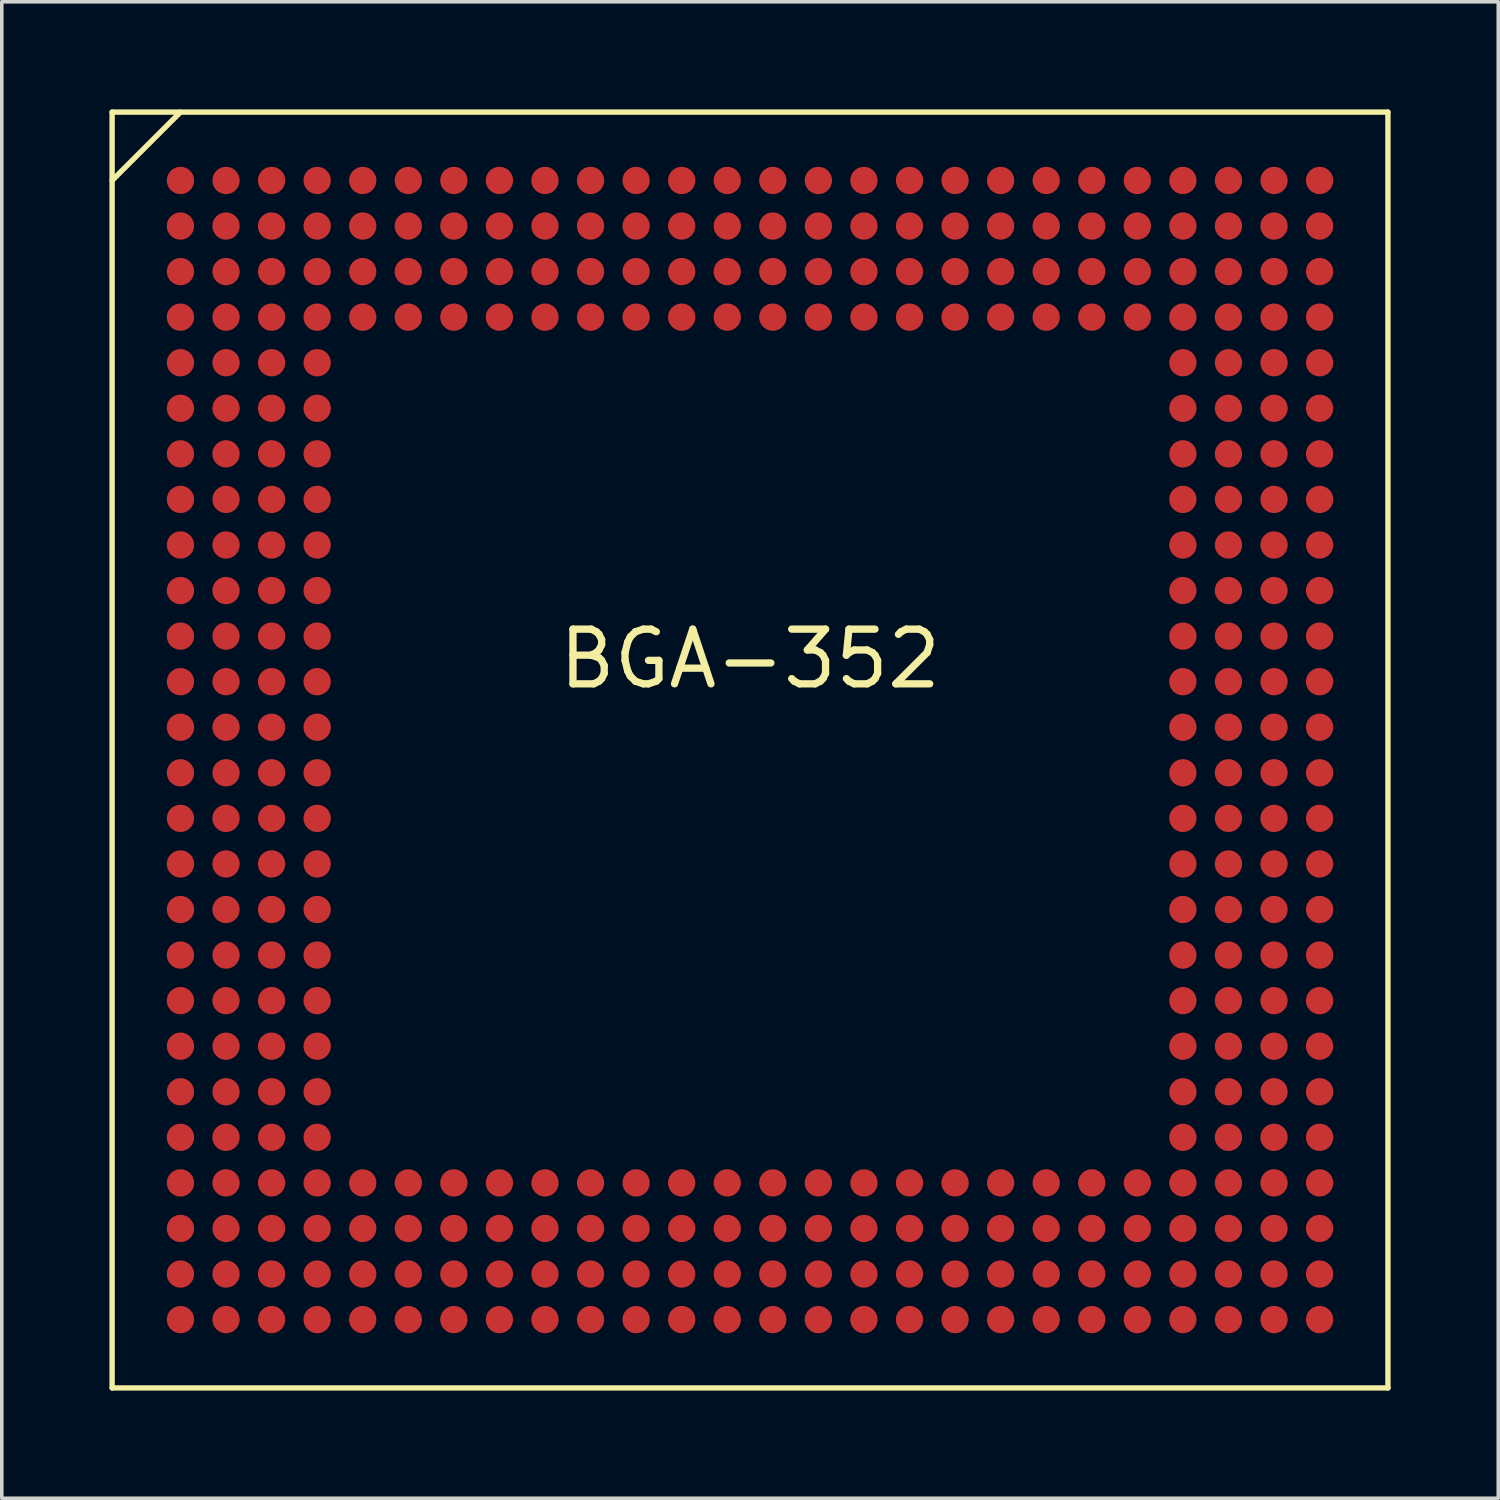
<source format=kicad_pcb>
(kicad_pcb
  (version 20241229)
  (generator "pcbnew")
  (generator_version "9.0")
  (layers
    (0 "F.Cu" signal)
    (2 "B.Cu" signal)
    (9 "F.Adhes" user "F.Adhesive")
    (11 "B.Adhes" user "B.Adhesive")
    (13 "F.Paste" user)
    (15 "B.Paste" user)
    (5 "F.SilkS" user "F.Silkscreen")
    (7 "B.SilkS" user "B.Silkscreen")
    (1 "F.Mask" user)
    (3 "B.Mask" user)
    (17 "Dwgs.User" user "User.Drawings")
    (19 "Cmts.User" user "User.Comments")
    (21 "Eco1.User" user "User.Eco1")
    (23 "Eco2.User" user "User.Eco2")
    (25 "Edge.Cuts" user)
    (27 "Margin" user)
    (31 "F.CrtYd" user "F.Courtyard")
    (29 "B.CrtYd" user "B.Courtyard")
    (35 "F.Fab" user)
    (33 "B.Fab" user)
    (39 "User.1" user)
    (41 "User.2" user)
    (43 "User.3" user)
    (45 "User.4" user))
  (footprint "BGA-352"
    (layer "F.Cu")
    (at 17.855 17.855)
    (property "Reference" "BGA-352" (at 0 -2.54 0) (layer "F.SilkS") (effects (font (size 1.524 1.524) (thickness 0.203))))
    (attr smd)
    (fp_line (start -17.78 -17.78) (end 17.78 -17.78) (stroke (width 0.15) (type solid)) (layer "F.SilkS"))
    (fp_line (start -17.78 -15.875) (end -15.875 -17.78) (stroke (width 0.15) (type solid)) (layer "F.SilkS"))
    (fp_line (start -17.78 17.78) (end -17.78 -17.78) (stroke (width 0.15) (type solid)) (layer "F.SilkS"))
    (fp_line (start 17.78 -17.78) (end 17.78 17.78) (stroke (width 0.15) (type solid)) (layer "F.SilkS"))
    (fp_line (start 17.78 17.78) (end -17.78 17.78) (stroke (width 0.15) (type solid)) (layer "F.SilkS"))
    (pad "A1" smd circle (at -15.875 -15.875) (size 0.762 0.762) (layers "F.Cu" "F.Mask" "F.Paste"))
    (pad "A2" smd circle (at -14.605 -15.875) (size 0.762 0.762) (layers "F.Cu" "F.Mask" "F.Paste"))
    (pad "A3" smd circle (at -13.335 -15.875) (size 0.762 0.762) (layers "F.Cu" "F.Mask" "F.Paste"))
    (pad "A4" smd circle (at -12.065 -15.875) (size 0.762 0.762) (layers "F.Cu" "F.Mask" "F.Paste"))
    (pad "A5" smd circle (at -10.795 -15.875) (size 0.762 0.762) (layers "F.Cu" "F.Mask" "F.Paste"))
    (pad "A6" smd circle (at -9.525 -15.875) (size 0.762 0.762) (layers "F.Cu" "F.Mask" "F.Paste"))
    (pad "A7" smd circle (at -8.255 -15.875) (size 0.762 0.762) (layers "F.Cu" "F.Mask" "F.Paste"))
    (pad "A8" smd circle (at -6.985 -15.875) (size 0.762 0.762) (layers "F.Cu" "F.Mask" "F.Paste"))
    (pad "A9" smd circle (at -5.715 -15.875) (size 0.762 0.762) (layers "F.Cu" "F.Mask" "F.Paste"))
    (pad "A10" smd circle (at -4.445 -15.875) (size 0.762 0.762) (layers "F.Cu" "F.Mask" "F.Paste"))
    (pad "A11" smd circle (at -3.175 -15.875) (size 0.762 0.762) (layers "F.Cu" "F.Mask" "F.Paste"))
    (pad "A12" smd circle (at -1.905 -15.875) (size 0.762 0.762) (layers "F.Cu" "F.Mask" "F.Paste"))
    (pad "A13" smd circle (at -0.635 -15.875) (size 0.762 0.762) (layers "F.Cu" "F.Mask" "F.Paste"))
    (pad "A14" smd circle (at 0.635 -15.875) (size 0.762 0.762) (layers "F.Cu" "F.Mask" "F.Paste"))
    (pad "A15" smd circle (at 1.905 -15.875) (size 0.762 0.762) (layers "F.Cu" "F.Mask" "F.Paste"))
    (pad "A16" smd circle (at 3.175 -15.875) (size 0.762 0.762) (layers "F.Cu" "F.Mask" "F.Paste"))
    (pad "A17" smd circle (at 4.445 -15.875) (size 0.762 0.762) (layers "F.Cu" "F.Mask" "F.Paste"))
    (pad "A18" smd circle (at 5.715 -15.875) (size 0.762 0.762) (layers "F.Cu" "F.Mask" "F.Paste"))
    (pad "A19" smd circle (at 6.985 -15.875) (size 0.762 0.762) (layers "F.Cu" "F.Mask" "F.Paste"))
    (pad "A20" smd circle (at 8.255 -15.875) (size 0.762 0.762) (layers "F.Cu" "F.Mask" "F.Paste"))
    (pad "A21" smd circle (at 9.525 -15.875) (size 0.762 0.762) (layers "F.Cu" "F.Mask" "F.Paste"))
    (pad "A22" smd circle (at 10.795 -15.875) (size 0.762 0.762) (layers "F.Cu" "F.Mask" "F.Paste"))
    (pad "A23" smd circle (at 12.065 -15.875) (size 0.762 0.762) (layers "F.Cu" "F.Mask" "F.Paste"))
    (pad "A24" smd circle (at 13.335 -15.875) (size 0.762 0.762) (layers "F.Cu" "F.Mask" "F.Paste"))
    (pad "A25" smd circle (at 14.605 -15.875) (size 0.762 0.762) (layers "F.Cu" "F.Mask" "F.Paste"))
    (pad "A26" smd circle (at 15.875 -15.875) (size 0.762 0.762) (layers "F.Cu" "F.Mask" "F.Paste"))
    (pad "AA1" smd circle (at -15.875 9.525) (size 0.762 0.762) (layers "F.Cu" "F.Mask" "F.Paste"))
    (pad "AA2" smd circle (at -14.605 9.525) (size 0.762 0.762) (layers "F.Cu" "F.Mask" "F.Paste"))
    (pad "AA3" smd circle (at -13.335 9.525) (size 0.762 0.762) (layers "F.Cu" "F.Mask" "F.Paste"))
    (pad "AA4" smd circle (at -12.065 9.525) (size 0.762 0.762) (layers "F.Cu" "F.Mask" "F.Paste"))
    (pad "AA23" smd circle (at 12.065 9.525) (size 0.762 0.762) (layers "F.Cu" "F.Mask" "F.Paste"))
    (pad "AA24" smd circle (at 13.335 9.525) (size 0.762 0.762) (layers "F.Cu" "F.Mask" "F.Paste"))
    (pad "AA25" smd circle (at 14.605 9.525) (size 0.762 0.762) (layers "F.Cu" "F.Mask" "F.Paste"))
    (pad "AA26" smd circle (at 15.875 9.525) (size 0.762 0.762) (layers "F.Cu" "F.Mask" "F.Paste"))
    (pad "AB1" smd circle (at -15.875 10.795) (size 0.762 0.762) (layers "F.Cu" "F.Mask" "F.Paste"))
    (pad "AB2" smd circle (at -14.605 10.795) (size 0.762 0.762) (layers "F.Cu" "F.Mask" "F.Paste"))
    (pad "AB3" smd circle (at -13.335 10.795) (size 0.762 0.762) (layers "F.Cu" "F.Mask" "F.Paste"))
    (pad "AB4" smd circle (at -12.065 10.795) (size 0.762 0.762) (layers "F.Cu" "F.Mask" "F.Paste"))
    (pad "AB23" smd circle (at 12.065 10.795) (size 0.762 0.762) (layers "F.Cu" "F.Mask" "F.Paste"))
    (pad "AB24" smd circle (at 13.335 10.795) (size 0.762 0.762) (layers "F.Cu" "F.Mask" "F.Paste"))
    (pad "AB25" smd circle (at 14.605 10.795) (size 0.762 0.762) (layers "F.Cu" "F.Mask" "F.Paste"))
    (pad "AB26" smd circle (at 15.875 10.795) (size 0.762 0.762) (layers "F.Cu" "F.Mask" "F.Paste"))
    (pad "AC1" smd circle (at -15.875 12.065) (size 0.762 0.762) (layers "F.Cu" "F.Mask" "F.Paste"))
    (pad "AC2" smd circle (at -14.605 12.065) (size 0.762 0.762) (layers "F.Cu" "F.Mask" "F.Paste"))
    (pad "AC3" smd circle (at -13.335 12.065) (size 0.762 0.762) (layers "F.Cu" "F.Mask" "F.Paste"))
    (pad "AC4" smd circle (at -12.065 12.065) (size 0.762 0.762) (layers "F.Cu" "F.Mask" "F.Paste"))
    (pad "AC5" smd circle (at -10.795 12.065) (size 0.762 0.762) (layers "F.Cu" "F.Mask" "F.Paste"))
    (pad "AC6" smd circle (at -9.525 12.065) (size 0.762 0.762) (layers "F.Cu" "F.Mask" "F.Paste"))
    (pad "AC7" smd circle (at -8.255 12.065) (size 0.762 0.762) (layers "F.Cu" "F.Mask" "F.Paste"))
    (pad "AC8" smd circle (at -6.985 12.065) (size 0.762 0.762) (layers "F.Cu" "F.Mask" "F.Paste"))
    (pad "AC9" smd circle (at -5.715 12.065) (size 0.762 0.762) (layers "F.Cu" "F.Mask" "F.Paste"))
    (pad "AC10" smd circle (at -4.445 12.065) (size 0.762 0.762) (layers "F.Cu" "F.Mask" "F.Paste"))
    (pad "AC11" smd circle (at -3.175 12.065) (size 0.762 0.762) (layers "F.Cu" "F.Mask" "F.Paste"))
    (pad "AC12" smd circle (at -1.905 12.065) (size 0.762 0.762) (layers "F.Cu" "F.Mask" "F.Paste"))
    (pad "AC13" smd circle (at -0.635 12.065) (size 0.762 0.762) (layers "F.Cu" "F.Mask" "F.Paste"))
    (pad "AC14" smd circle (at 0.635 12.065) (size 0.762 0.762) (layers "F.Cu" "F.Mask" "F.Paste"))
    (pad "AC15" smd circle (at 1.905 12.065) (size 0.762 0.762) (layers "F.Cu" "F.Mask" "F.Paste"))
    (pad "AC16" smd circle (at 3.175 12.065) (size 0.762 0.762) (layers "F.Cu" "F.Mask" "F.Paste"))
    (pad "AC17" smd circle (at 4.445 12.065) (size 0.762 0.762) (layers "F.Cu" "F.Mask" "F.Paste"))
    (pad "AC18" smd circle (at 5.715 12.065) (size 0.762 0.762) (layers "F.Cu" "F.Mask" "F.Paste"))
    (pad "AC19" smd circle (at 6.985 12.065) (size 0.762 0.762) (layers "F.Cu" "F.Mask" "F.Paste"))
    (pad "AC20" smd circle (at 8.255 12.065) (size 0.762 0.762) (layers "F.Cu" "F.Mask" "F.Paste"))
    (pad "AC21" smd circle (at 9.525 12.065) (size 0.762 0.762) (layers "F.Cu" "F.Mask" "F.Paste"))
    (pad "AC22" smd circle (at 10.795 12.065) (size 0.762 0.762) (layers "F.Cu" "F.Mask" "F.Paste"))
    (pad "AC23" smd circle (at 12.065 12.065) (size 0.762 0.762) (layers "F.Cu" "F.Mask" "F.Paste"))
    (pad "AC24" smd circle (at 13.335 12.065) (size 0.762 0.762) (layers "F.Cu" "F.Mask" "F.Paste"))
    (pad "AC25" smd circle (at 14.605 12.065) (size 0.762 0.762) (layers "F.Cu" "F.Mask" "F.Paste"))
    (pad "AC26" smd circle (at 15.875 12.065) (size 0.762 0.762) (layers "F.Cu" "F.Mask" "F.Paste"))
    (pad "AD1" smd circle (at -15.875 13.335) (size 0.762 0.762) (layers "F.Cu" "F.Mask" "F.Paste"))
    (pad "AD2" smd circle (at -14.605 13.335) (size 0.762 0.762) (layers "F.Cu" "F.Mask" "F.Paste"))
    (pad "AD3" smd circle (at -13.335 13.335) (size 0.762 0.762) (layers "F.Cu" "F.Mask" "F.Paste"))
    (pad "AD4" smd circle (at -12.065 13.335) (size 0.762 0.762) (layers "F.Cu" "F.Mask" "F.Paste"))
    (pad "AD5" smd circle (at -10.795 13.335) (size 0.762 0.762) (layers "F.Cu" "F.Mask" "F.Paste"))
    (pad "AD6" smd circle (at -9.525 13.335) (size 0.762 0.762) (layers "F.Cu" "F.Mask" "F.Paste"))
    (pad "AD7" smd circle (at -8.255 13.335) (size 0.762 0.762) (layers "F.Cu" "F.Mask" "F.Paste"))
    (pad "AD8" smd circle (at -6.985 13.335) (size 0.762 0.762) (layers "F.Cu" "F.Mask" "F.Paste"))
    (pad "AD9" smd circle (at -5.715 13.335) (size 0.762 0.762) (layers "F.Cu" "F.Mask" "F.Paste"))
    (pad "AD10" smd circle (at -4.445 13.335) (size 0.762 0.762) (layers "F.Cu" "F.Mask" "F.Paste"))
    (pad "AD11" smd circle (at -3.175 13.335) (size 0.762 0.762) (layers "F.Cu" "F.Mask" "F.Paste"))
    (pad "AD12" smd circle (at -1.905 13.335) (size 0.762 0.762) (layers "F.Cu" "F.Mask" "F.Paste"))
    (pad "AD13" smd circle (at -0.635 13.335) (size 0.762 0.762) (layers "F.Cu" "F.Mask" "F.Paste"))
    (pad "AD14" smd circle (at 0.635 13.335) (size 0.762 0.762) (layers "F.Cu" "F.Mask" "F.Paste"))
    (pad "AD15" smd circle (at 1.905 13.335) (size 0.762 0.762) (layers "F.Cu" "F.Mask" "F.Paste"))
    (pad "AD16" smd circle (at 3.175 13.335) (size 0.762 0.762) (layers "F.Cu" "F.Mask" "F.Paste"))
    (pad "AD17" smd circle (at 4.445 13.335) (size 0.762 0.762) (layers "F.Cu" "F.Mask" "F.Paste"))
    (pad "AD18" smd circle (at 5.715 13.335) (size 0.762 0.762) (layers "F.Cu" "F.Mask" "F.Paste"))
    (pad "AD19" smd circle (at 6.985 13.335) (size 0.762 0.762) (layers "F.Cu" "F.Mask" "F.Paste"))
    (pad "AD20" smd circle (at 8.255 13.335) (size 0.762 0.762) (layers "F.Cu" "F.Mask" "F.Paste"))
    (pad "AD21" smd circle (at 9.525 13.335) (size 0.762 0.762) (layers "F.Cu" "F.Mask" "F.Paste"))
    (pad "AD22" smd circle (at 10.795 13.335) (size 0.762 0.762) (layers "F.Cu" "F.Mask" "F.Paste"))
    (pad "AD23" smd circle (at 12.065 13.335) (size 0.762 0.762) (layers "F.Cu" "F.Mask" "F.Paste"))
    (pad "AD24" smd circle (at 13.335 13.335) (size 0.762 0.762) (layers "F.Cu" "F.Mask" "F.Paste"))
    (pad "AD25" smd circle (at 14.605 13.335) (size 0.762 0.762) (layers "F.Cu" "F.Mask" "F.Paste"))
    (pad "AD26" smd circle (at 15.875 13.335) (size 0.762 0.762) (layers "F.Cu" "F.Mask" "F.Paste"))
    (pad "AE1" smd circle (at -15.875 14.605) (size 0.762 0.762) (layers "F.Cu" "F.Mask" "F.Paste"))
    (pad "AE2" smd circle (at -14.605 14.605) (size 0.762 0.762) (layers "F.Cu" "F.Mask" "F.Paste"))
    (pad "AE3" smd circle (at -13.335 14.605) (size 0.762 0.762) (layers "F.Cu" "F.Mask" "F.Paste"))
    (pad "AE4" smd circle (at -12.065 14.605) (size 0.762 0.762) (layers "F.Cu" "F.Mask" "F.Paste"))
    (pad "AE5" smd circle (at -10.795 14.605) (size 0.762 0.762) (layers "F.Cu" "F.Mask" "F.Paste"))
    (pad "AE6" smd circle (at -9.525 14.605) (size 0.762 0.762) (layers "F.Cu" "F.Mask" "F.Paste"))
    (pad "AE7" smd circle (at -8.255 14.605) (size 0.762 0.762) (layers "F.Cu" "F.Mask" "F.Paste"))
    (pad "AE8" smd circle (at -6.985 14.605) (size 0.762 0.762) (layers "F.Cu" "F.Mask" "F.Paste"))
    (pad "AE9" smd circle (at -5.715 14.605) (size 0.762 0.762) (layers "F.Cu" "F.Mask" "F.Paste"))
    (pad "AE10" smd circle (at -4.445 14.605) (size 0.762 0.762) (layers "F.Cu" "F.Mask" "F.Paste"))
    (pad "AE11" smd circle (at -3.175 14.605) (size 0.762 0.762) (layers "F.Cu" "F.Mask" "F.Paste"))
    (pad "AE12" smd circle (at -1.905 14.605) (size 0.762 0.762) (layers "F.Cu" "F.Mask" "F.Paste"))
    (pad "AE13" smd circle (at -0.635 14.605) (size 0.762 0.762) (layers "F.Cu" "F.Mask" "F.Paste"))
    (pad "AE14" smd circle (at 0.635 14.605) (size 0.762 0.762) (layers "F.Cu" "F.Mask" "F.Paste"))
    (pad "AE15" smd circle (at 1.905 14.605) (size 0.762 0.762) (layers "F.Cu" "F.Mask" "F.Paste"))
    (pad "AE16" smd circle (at 3.175 14.605) (size 0.762 0.762) (layers "F.Cu" "F.Mask" "F.Paste"))
    (pad "AE17" smd circle (at 4.445 14.605) (size 0.762 0.762) (layers "F.Cu" "F.Mask" "F.Paste"))
    (pad "AE18" smd circle (at 5.715 14.605) (size 0.762 0.762) (layers "F.Cu" "F.Mask" "F.Paste"))
    (pad "AE19" smd circle (at 6.985 14.605) (size 0.762 0.762) (layers "F.Cu" "F.Mask" "F.Paste"))
    (pad "AE20" smd circle (at 8.255 14.605) (size 0.762 0.762) (layers "F.Cu" "F.Mask" "F.Paste"))
    (pad "AE21" smd circle (at 9.525 14.605) (size 0.762 0.762) (layers "F.Cu" "F.Mask" "F.Paste"))
    (pad "AE22" smd circle (at 10.795 14.605) (size 0.762 0.762) (layers "F.Cu" "F.Mask" "F.Paste"))
    (pad "AE23" smd circle (at 12.065 14.605) (size 0.762 0.762) (layers "F.Cu" "F.Mask" "F.Paste"))
    (pad "AE24" smd circle (at 13.335 14.605) (size 0.762 0.762) (layers "F.Cu" "F.Mask" "F.Paste"))
    (pad "AE25" smd circle (at 14.605 14.605) (size 0.762 0.762) (layers "F.Cu" "F.Mask" "F.Paste"))
    (pad "AE26" smd circle (at 15.875 14.605) (size 0.762 0.762) (layers "F.Cu" "F.Mask" "F.Paste"))
    (pad "AF1" smd circle (at -15.875 15.875) (size 0.762 0.762) (layers "F.Cu" "F.Mask" "F.Paste"))
    (pad "AF2" smd circle (at -14.605 15.875) (size 0.762 0.762) (layers "F.Cu" "F.Mask" "F.Paste"))
    (pad "AF3" smd circle (at -13.335 15.875) (size 0.762 0.762) (layers "F.Cu" "F.Mask" "F.Paste"))
    (pad "AF4" smd circle (at -12.065 15.875) (size 0.762 0.762) (layers "F.Cu" "F.Mask" "F.Paste"))
    (pad "AF5" smd circle (at -10.795 15.875) (size 0.762 0.762) (layers "F.Cu" "F.Mask" "F.Paste"))
    (pad "AF6" smd circle (at -9.525 15.875) (size 0.762 0.762) (layers "F.Cu" "F.Mask" "F.Paste"))
    (pad "AF7" smd circle (at -8.255 15.875) (size 0.762 0.762) (layers "F.Cu" "F.Mask" "F.Paste"))
    (pad "AF8" smd circle (at -6.985 15.875) (size 0.762 0.762) (layers "F.Cu" "F.Mask" "F.Paste"))
    (pad "AF9" smd circle (at -5.715 15.875) (size 0.762 0.762) (layers "F.Cu" "F.Mask" "F.Paste"))
    (pad "AF10" smd circle (at -4.445 15.875) (size 0.762 0.762) (layers "F.Cu" "F.Mask" "F.Paste"))
    (pad "AF11" smd circle (at -3.175 15.875) (size 0.762 0.762) (layers "F.Cu" "F.Mask" "F.Paste"))
    (pad "AF12" smd circle (at -1.905 15.875) (size 0.762 0.762) (layers "F.Cu" "F.Mask" "F.Paste"))
    (pad "AF13" smd circle (at -0.635 15.875) (size 0.762 0.762) (layers "F.Cu" "F.Mask" "F.Paste"))
    (pad "AF14" smd circle (at 0.635 15.875) (size 0.762 0.762) (layers "F.Cu" "F.Mask" "F.Paste"))
    (pad "AF15" smd circle (at 1.905 15.875) (size 0.762 0.762) (layers "F.Cu" "F.Mask" "F.Paste"))
    (pad "AF16" smd circle (at 3.175 15.875) (size 0.762 0.762) (layers "F.Cu" "F.Mask" "F.Paste"))
    (pad "AF17" smd circle (at 4.445 15.875) (size 0.762 0.762) (layers "F.Cu" "F.Mask" "F.Paste"))
    (pad "AF18" smd circle (at 5.715 15.875) (size 0.762 0.762) (layers "F.Cu" "F.Mask" "F.Paste"))
    (pad "AF19" smd circle (at 6.985 15.875) (size 0.762 0.762) (layers "F.Cu" "F.Mask" "F.Paste"))
    (pad "AF20" smd circle (at 8.255 15.875) (size 0.762 0.762) (layers "F.Cu" "F.Mask" "F.Paste"))
    (pad "AF21" smd circle (at 9.525 15.875) (size 0.762 0.762) (layers "F.Cu" "F.Mask" "F.Paste"))
    (pad "AF22" smd circle (at 10.795 15.875) (size 0.762 0.762) (layers "F.Cu" "F.Mask" "F.Paste"))
    (pad "AF23" smd circle (at 12.065 15.875) (size 0.762 0.762) (layers "F.Cu" "F.Mask" "F.Paste"))
    (pad "AF24" smd circle (at 13.335 15.875) (size 0.762 0.762) (layers "F.Cu" "F.Mask" "F.Paste"))
    (pad "AF25" smd circle (at 14.605 15.875) (size 0.762 0.762) (layers "F.Cu" "F.Mask" "F.Paste"))
    (pad "AF26" smd circle (at 15.875 15.875) (size 0.762 0.762) (layers "F.Cu" "F.Mask" "F.Paste"))
    (pad "B1" smd circle (at -15.875 -14.605) (size 0.762 0.762) (layers "F.Cu" "F.Mask" "F.Paste"))
    (pad "B2" smd circle (at -14.605 -14.605) (size 0.762 0.762) (layers "F.Cu" "F.Mask" "F.Paste"))
    (pad "B3" smd circle (at -13.335 -14.605) (size 0.762 0.762) (layers "F.Cu" "F.Mask" "F.Paste"))
    (pad "B4" smd circle (at -12.065 -14.605) (size 0.762 0.762) (layers "F.Cu" "F.Mask" "F.Paste"))
    (pad "B5" smd circle (at -10.795 -14.605) (size 0.762 0.762) (layers "F.Cu" "F.Mask" "F.Paste"))
    (pad "B6" smd circle (at -9.525 -14.605) (size 0.762 0.762) (layers "F.Cu" "F.Mask" "F.Paste"))
    (pad "B7" smd circle (at -8.255 -14.605) (size 0.762 0.762) (layers "F.Cu" "F.Mask" "F.Paste"))
    (pad "B8" smd circle (at -6.985 -14.605) (size 0.762 0.762) (layers "F.Cu" "F.Mask" "F.Paste"))
    (pad "B9" smd circle (at -5.715 -14.605) (size 0.762 0.762) (layers "F.Cu" "F.Mask" "F.Paste"))
    (pad "B10" smd circle (at -4.445 -14.605) (size 0.762 0.762) (layers "F.Cu" "F.Mask" "F.Paste"))
    (pad "B11" smd circle (at -3.175 -14.605) (size 0.762 0.762) (layers "F.Cu" "F.Mask" "F.Paste"))
    (pad "B12" smd circle (at -1.905 -14.605) (size 0.762 0.762) (layers "F.Cu" "F.Mask" "F.Paste"))
    (pad "B13" smd circle (at -0.635 -14.605) (size 0.762 0.762) (layers "F.Cu" "F.Mask" "F.Paste"))
    (pad "B14" smd circle (at 0.635 -14.605) (size 0.762 0.762) (layers "F.Cu" "F.Mask" "F.Paste"))
    (pad "B15" smd circle (at 1.905 -14.605) (size 0.762 0.762) (layers "F.Cu" "F.Mask" "F.Paste"))
    (pad "B16" smd circle (at 3.175 -14.605) (size 0.762 0.762) (layers "F.Cu" "F.Mask" "F.Paste"))
    (pad "B17" smd circle (at 4.445 -14.605) (size 0.762 0.762) (layers "F.Cu" "F.Mask" "F.Paste"))
    (pad "B18" smd circle (at 5.715 -14.605) (size 0.762 0.762) (layers "F.Cu" "F.Mask" "F.Paste"))
    (pad "B19" smd circle (at 6.985 -14.605) (size 0.762 0.762) (layers "F.Cu" "F.Mask" "F.Paste"))
    (pad "B20" smd circle (at 8.255 -14.605) (size 0.762 0.762) (layers "F.Cu" "F.Mask" "F.Paste"))
    (pad "B21" smd circle (at 9.525 -14.605) (size 0.762 0.762) (layers "F.Cu" "F.Mask" "F.Paste"))
    (pad "B22" smd circle (at 10.795 -14.605) (size 0.762 0.762) (layers "F.Cu" "F.Mask" "F.Paste"))
    (pad "B23" smd circle (at 12.065 -14.605) (size 0.762 0.762) (layers "F.Cu" "F.Mask" "F.Paste"))
    (pad "B24" smd circle (at 13.335 -14.605) (size 0.762 0.762) (layers "F.Cu" "F.Mask" "F.Paste"))
    (pad "B25" smd circle (at 14.605 -14.605) (size 0.762 0.762) (layers "F.Cu" "F.Mask" "F.Paste"))
    (pad "B26" smd circle (at 15.875 -14.605) (size 0.762 0.762) (layers "F.Cu" "F.Mask" "F.Paste"))
    (pad "C1" smd circle (at -15.875 -13.335) (size 0.762 0.762) (layers "F.Cu" "F.Mask" "F.Paste"))
    (pad "C2" smd circle (at -14.605 -13.335) (size 0.762 0.762) (layers "F.Cu" "F.Mask" "F.Paste"))
    (pad "C3" smd circle (at -13.335 -13.335) (size 0.762 0.762) (layers "F.Cu" "F.Mask" "F.Paste"))
    (pad "C4" smd circle (at -12.065 -13.335) (size 0.762 0.762) (layers "F.Cu" "F.Mask" "F.Paste"))
    (pad "C5" smd circle (at -10.795 -13.335) (size 0.762 0.762) (layers "F.Cu" "F.Mask" "F.Paste"))
    (pad "C6" smd circle (at -9.525 -13.335) (size 0.762 0.762) (layers "F.Cu" "F.Mask" "F.Paste"))
    (pad "C7" smd circle (at -8.255 -13.335) (size 0.762 0.762) (layers "F.Cu" "F.Mask" "F.Paste"))
    (pad "C8" smd circle (at -6.985 -13.335) (size 0.762 0.762) (layers "F.Cu" "F.Mask" "F.Paste"))
    (pad "C9" smd circle (at -5.715 -13.335) (size 0.762 0.762) (layers "F.Cu" "F.Mask" "F.Paste"))
    (pad "C10" smd circle (at -4.445 -13.335) (size 0.762 0.762) (layers "F.Cu" "F.Mask" "F.Paste"))
    (pad "C11" smd circle (at -3.175 -13.335) (size 0.762 0.762) (layers "F.Cu" "F.Mask" "F.Paste"))
    (pad "C12" smd circle (at -1.905 -13.335) (size 0.762 0.762) (layers "F.Cu" "F.Mask" "F.Paste"))
    (pad "C13" smd circle (at -0.635 -13.335) (size 0.762 0.762) (layers "F.Cu" "F.Mask" "F.Paste"))
    (pad "C14" smd circle (at 0.635 -13.335) (size 0.762 0.762) (layers "F.Cu" "F.Mask" "F.Paste"))
    (pad "C15" smd circle (at 1.905 -13.335) (size 0.762 0.762) (layers "F.Cu" "F.Mask" "F.Paste"))
    (pad "C16" smd circle (at 3.175 -13.335) (size 0.762 0.762) (layers "F.Cu" "F.Mask" "F.Paste"))
    (pad "C17" smd circle (at 4.445 -13.335) (size 0.762 0.762) (layers "F.Cu" "F.Mask" "F.Paste"))
    (pad "C18" smd circle (at 5.715 -13.335) (size 0.762 0.762) (layers "F.Cu" "F.Mask" "F.Paste"))
    (pad "C19" smd circle (at 6.985 -13.335) (size 0.762 0.762) (layers "F.Cu" "F.Mask" "F.Paste"))
    (pad "C20" smd circle (at 8.255 -13.335) (size 0.762 0.762) (layers "F.Cu" "F.Mask" "F.Paste"))
    (pad "C21" smd circle (at 9.525 -13.335) (size 0.762 0.762) (layers "F.Cu" "F.Mask" "F.Paste"))
    (pad "C22" smd circle (at 10.795 -13.335) (size 0.762 0.762) (layers "F.Cu" "F.Mask" "F.Paste"))
    (pad "C23" smd circle (at 12.065 -13.335) (size 0.762 0.762) (layers "F.Cu" "F.Mask" "F.Paste"))
    (pad "C24" smd circle (at 13.335 -13.335) (size 0.762 0.762) (layers "F.Cu" "F.Mask" "F.Paste"))
    (pad "C25" smd circle (at 14.605 -13.335) (size 0.762 0.762) (layers "F.Cu" "F.Mask" "F.Paste"))
    (pad "C26" smd circle (at 15.875 -13.335) (size 0.762 0.762) (layers "F.Cu" "F.Mask" "F.Paste"))
    (pad "D1" smd circle (at -15.875 -12.065) (size 0.762 0.762) (layers "F.Cu" "F.Mask" "F.Paste"))
    (pad "D2" smd circle (at -14.605 -12.065) (size 0.762 0.762) (layers "F.Cu" "F.Mask" "F.Paste"))
    (pad "D3" smd circle (at -13.335 -12.065) (size 0.762 0.762) (layers "F.Cu" "F.Mask" "F.Paste"))
    (pad "D4" smd circle (at -12.065 -12.065) (size 0.762 0.762) (layers "F.Cu" "F.Mask" "F.Paste"))
    (pad "D5" smd circle (at -10.795 -12.065) (size 0.762 0.762) (layers "F.Cu" "F.Mask" "F.Paste"))
    (pad "D6" smd circle (at -9.525 -12.065) (size 0.762 0.762) (layers "F.Cu" "F.Mask" "F.Paste"))
    (pad "D7" smd circle (at -8.255 -12.065) (size 0.762 0.762) (layers "F.Cu" "F.Mask" "F.Paste"))
    (pad "D8" smd circle (at -6.985 -12.065) (size 0.762 0.762) (layers "F.Cu" "F.Mask" "F.Paste"))
    (pad "D9" smd circle (at -5.715 -12.065) (size 0.762 0.762) (layers "F.Cu" "F.Mask" "F.Paste"))
    (pad "D10" smd circle (at -4.445 -12.065) (size 0.762 0.762) (layers "F.Cu" "F.Mask" "F.Paste"))
    (pad "D11" smd circle (at -3.175 -12.065) (size 0.762 0.762) (layers "F.Cu" "F.Mask" "F.Paste"))
    (pad "D12" smd circle (at -1.905 -12.065) (size 0.762 0.762) (layers "F.Cu" "F.Mask" "F.Paste"))
    (pad "D13" smd circle (at -0.635 -12.065) (size 0.762 0.762) (layers "F.Cu" "F.Mask" "F.Paste"))
    (pad "D14" smd circle (at 0.635 -12.065) (size 0.762 0.762) (layers "F.Cu" "F.Mask" "F.Paste"))
    (pad "D15" smd circle (at 1.905 -12.065) (size 0.762 0.762) (layers "F.Cu" "F.Mask" "F.Paste"))
    (pad "D16" smd circle (at 3.175 -12.065) (size 0.762 0.762) (layers "F.Cu" "F.Mask" "F.Paste"))
    (pad "D17" smd circle (at 4.445 -12.065) (size 0.762 0.762) (layers "F.Cu" "F.Mask" "F.Paste"))
    (pad "D18" smd circle (at 5.715 -12.065) (size 0.762 0.762) (layers "F.Cu" "F.Mask" "F.Paste"))
    (pad "D19" smd circle (at 6.985 -12.065) (size 0.762 0.762) (layers "F.Cu" "F.Mask" "F.Paste"))
    (pad "D20" smd circle (at 8.255 -12.065) (size 0.762 0.762) (layers "F.Cu" "F.Mask" "F.Paste"))
    (pad "D21" smd circle (at 9.525 -12.065) (size 0.762 0.762) (layers "F.Cu" "F.Mask" "F.Paste"))
    (pad "D22" smd circle (at 10.795 -12.065) (size 0.762 0.762) (layers "F.Cu" "F.Mask" "F.Paste"))
    (pad "D23" smd circle (at 12.065 -12.065) (size 0.762 0.762) (layers "F.Cu" "F.Mask" "F.Paste"))
    (pad "D24" smd circle (at 13.335 -12.065) (size 0.762 0.762) (layers "F.Cu" "F.Mask" "F.Paste"))
    (pad "D25" smd circle (at 14.605 -12.065) (size 0.762 0.762) (layers "F.Cu" "F.Mask" "F.Paste"))
    (pad "D26" smd circle (at 15.875 -12.065) (size 0.762 0.762) (layers "F.Cu" "F.Mask" "F.Paste"))
    (pad "E1" smd circle (at -15.875 -10.795) (size 0.762 0.762) (layers "F.Cu" "F.Mask" "F.Paste"))
    (pad "E2" smd circle (at -14.605 -10.795) (size 0.762 0.762) (layers "F.Cu" "F.Mask" "F.Paste"))
    (pad "E3" smd circle (at -13.335 -10.795) (size 0.762 0.762) (layers "F.Cu" "F.Mask" "F.Paste"))
    (pad "E4" smd circle (at -12.065 -10.795) (size 0.762 0.762) (layers "F.Cu" "F.Mask" "F.Paste"))
    (pad "E23" smd circle (at 12.065 -10.795) (size 0.762 0.762) (layers "F.Cu" "F.Mask" "F.Paste"))
    (pad "E24" smd circle (at 13.335 -10.795) (size 0.762 0.762) (layers "F.Cu" "F.Mask" "F.Paste"))
    (pad "E25" smd circle (at 14.605 -10.795) (size 0.762 0.762) (layers "F.Cu" "F.Mask" "F.Paste"))
    (pad "E26" smd circle (at 15.875 -10.795) (size 0.762 0.762) (layers "F.Cu" "F.Mask" "F.Paste"))
    (pad "F1" smd circle (at -15.875 -9.525) (size 0.762 0.762) (layers "F.Cu" "F.Mask" "F.Paste"))
    (pad "F2" smd circle (at -14.605 -9.525) (size 0.762 0.762) (layers "F.Cu" "F.Mask" "F.Paste"))
    (pad "F3" smd circle (at -13.335 -9.525) (size 0.762 0.762) (layers "F.Cu" "F.Mask" "F.Paste"))
    (pad "F4" smd circle (at -12.065 -9.525) (size 0.762 0.762) (layers "F.Cu" "F.Mask" "F.Paste"))
    (pad "F23" smd circle (at 12.065 -9.525) (size 0.762 0.762) (layers "F.Cu" "F.Mask" "F.Paste"))
    (pad "F24" smd circle (at 13.335 -9.525) (size 0.762 0.762) (layers "F.Cu" "F.Mask" "F.Paste"))
    (pad "F25" smd circle (at 14.605 -9.525) (size 0.762 0.762) (layers "F.Cu" "F.Mask" "F.Paste"))
    (pad "F26" smd circle (at 15.875 -9.525) (size 0.762 0.762) (layers "F.Cu" "F.Mask" "F.Paste"))
    (pad "G1" smd circle (at -15.875 -8.255) (size 0.762 0.762) (layers "F.Cu" "F.Mask" "F.Paste"))
    (pad "G2" smd circle (at -14.605 -8.255) (size 0.762 0.762) (layers "F.Cu" "F.Mask" "F.Paste"))
    (pad "G3" smd circle (at -13.335 -8.255) (size 0.762 0.762) (layers "F.Cu" "F.Mask" "F.Paste"))
    (pad "G4" smd circle (at -12.065 -8.255) (size 0.762 0.762) (layers "F.Cu" "F.Mask" "F.Paste"))
    (pad "G23" smd circle (at 12.065 -8.255) (size 0.762 0.762) (layers "F.Cu" "F.Mask" "F.Paste"))
    (pad "G24" smd circle (at 13.335 -8.255) (size 0.762 0.762) (layers "F.Cu" "F.Mask" "F.Paste"))
    (pad "G25" smd circle (at 14.605 -8.255) (size 0.762 0.762) (layers "F.Cu" "F.Mask" "F.Paste"))
    (pad "G26" smd circle (at 15.875 -8.255) (size 0.762 0.762) (layers "F.Cu" "F.Mask" "F.Paste"))
    (pad "H1" smd circle (at -15.875 -6.985) (size 0.762 0.762) (layers "F.Cu" "F.Mask" "F.Paste"))
    (pad "H2" smd circle (at -14.605 -6.985) (size 0.762 0.762) (layers "F.Cu" "F.Mask" "F.Paste"))
    (pad "H3" smd circle (at -13.335 -6.985) (size 0.762 0.762) (layers "F.Cu" "F.Mask" "F.Paste"))
    (pad "H4" smd circle (at -12.065 -6.985) (size 0.762 0.762) (layers "F.Cu" "F.Mask" "F.Paste"))
    (pad "H23" smd circle (at 12.065 -6.985) (size 0.762 0.762) (layers "F.Cu" "F.Mask" "F.Paste"))
    (pad "H24" smd circle (at 13.335 -6.985) (size 0.762 0.762) (layers "F.Cu" "F.Mask" "F.Paste"))
    (pad "H25" smd circle (at 14.605 -6.985) (size 0.762 0.762) (layers "F.Cu" "F.Mask" "F.Paste"))
    (pad "H26" smd circle (at 15.875 -6.985) (size 0.762 0.762) (layers "F.Cu" "F.Mask" "F.Paste"))
    (pad "J1" smd circle (at -15.875 -5.715) (size 0.762 0.762) (layers "F.Cu" "F.Mask" "F.Paste"))
    (pad "J2" smd circle (at -14.605 -5.715) (size 0.762 0.762) (layers "F.Cu" "F.Mask" "F.Paste"))
    (pad "J3" smd circle (at -13.335 -5.715) (size 0.762 0.762) (layers "F.Cu" "F.Mask" "F.Paste"))
    (pad "J4" smd circle (at -12.065 -5.715) (size 0.762 0.762) (layers "F.Cu" "F.Mask" "F.Paste"))
    (pad "J23" smd circle (at 12.065 -5.715) (size 0.762 0.762) (layers "F.Cu" "F.Mask" "F.Paste"))
    (pad "J24" smd circle (at 13.335 -5.715) (size 0.762 0.762) (layers "F.Cu" "F.Mask" "F.Paste"))
    (pad "J25" smd circle (at 14.605 -5.715) (size 0.762 0.762) (layers "F.Cu" "F.Mask" "F.Paste"))
    (pad "J26" smd circle (at 15.875 -5.715) (size 0.762 0.762) (layers "F.Cu" "F.Mask" "F.Paste"))
    (pad "K1" smd circle (at -15.875 -4.445) (size 0.762 0.762) (layers "F.Cu" "F.Mask" "F.Paste"))
    (pad "K2" smd circle (at -14.605 -4.445) (size 0.762 0.762) (layers "F.Cu" "F.Mask" "F.Paste"))
    (pad "K3" smd circle (at -13.335 -4.445) (size 0.762 0.762) (layers "F.Cu" "F.Mask" "F.Paste"))
    (pad "K4" smd circle (at -12.065 -4.445) (size 0.762 0.762) (layers "F.Cu" "F.Mask" "F.Paste"))
    (pad "K23" smd circle (at 12.065 -4.445) (size 0.762 0.762) (layers "F.Cu" "F.Mask" "F.Paste"))
    (pad "K24" smd circle (at 13.335 -4.445) (size 0.762 0.762) (layers "F.Cu" "F.Mask" "F.Paste"))
    (pad "K25" smd circle (at 14.605 -4.445) (size 0.762 0.762) (layers "F.Cu" "F.Mask" "F.Paste"))
    (pad "K26" smd circle (at 15.875 -4.445) (size 0.762 0.762) (layers "F.Cu" "F.Mask" "F.Paste"))
    (pad "L1" smd circle (at -15.875 -3.175) (size 0.762 0.762) (layers "F.Cu" "F.Mask" "F.Paste"))
    (pad "L2" smd circle (at -14.605 -3.175) (size 0.762 0.762) (layers "F.Cu" "F.Mask" "F.Paste"))
    (pad "L3" smd circle (at -13.335 -3.175) (size 0.762 0.762) (layers "F.Cu" "F.Mask" "F.Paste"))
    (pad "L4" smd circle (at -12.065 -3.175) (size 0.762 0.762) (layers "F.Cu" "F.Mask" "F.Paste"))
    (pad "L23" smd circle (at 12.065 -3.175) (size 0.762 0.762) (layers "F.Cu" "F.Mask" "F.Paste"))
    (pad "L24" smd circle (at 13.335 -3.175) (size 0.762 0.762) (layers "F.Cu" "F.Mask" "F.Paste"))
    (pad "L25" smd circle (at 14.605 -3.175) (size 0.762 0.762) (layers "F.Cu" "F.Mask" "F.Paste"))
    (pad "L26" smd circle (at 15.875 -3.175) (size 0.762 0.762) (layers "F.Cu" "F.Mask" "F.Paste"))
    (pad "M1" smd circle (at -15.875 -1.905) (size 0.762 0.762) (layers "F.Cu" "F.Mask" "F.Paste"))
    (pad "M2" smd circle (at -14.605 -1.905) (size 0.762 0.762) (layers "F.Cu" "F.Mask" "F.Paste"))
    (pad "M3" smd circle (at -13.335 -1.905) (size 0.762 0.762) (layers "F.Cu" "F.Mask" "F.Paste"))
    (pad "M4" smd circle (at -12.065 -1.905) (size 0.762 0.762) (layers "F.Cu" "F.Mask" "F.Paste"))
    (pad "M23" smd circle (at 12.065 -1.905) (size 0.762 0.762) (layers "F.Cu" "F.Mask" "F.Paste"))
    (pad "M24" smd circle (at 13.335 -1.905) (size 0.762 0.762) (layers "F.Cu" "F.Mask" "F.Paste"))
    (pad "M25" smd circle (at 14.605 -1.905) (size 0.762 0.762) (layers "F.Cu" "F.Mask" "F.Paste"))
    (pad "M26" smd circle (at 15.875 -1.905) (size 0.762 0.762) (layers "F.Cu" "F.Mask" "F.Paste"))
    (pad "N1" smd circle (at -15.875 -0.635) (size 0.762 0.762) (layers "F.Cu" "F.Mask" "F.Paste"))
    (pad "N2" smd circle (at -14.605 -0.635) (size 0.762 0.762) (layers "F.Cu" "F.Mask" "F.Paste"))
    (pad "N3" smd circle (at -13.335 -0.635) (size 0.762 0.762) (layers "F.Cu" "F.Mask" "F.Paste"))
    (pad "N4" smd circle (at -12.065 -0.635) (size 0.762 0.762) (layers "F.Cu" "F.Mask" "F.Paste"))
    (pad "N23" smd circle (at 12.065 -0.635) (size 0.762 0.762) (layers "F.Cu" "F.Mask" "F.Paste"))
    (pad "N24" smd circle (at 13.335 -0.635) (size 0.762 0.762) (layers "F.Cu" "F.Mask" "F.Paste"))
    (pad "N25" smd circle (at 14.605 -0.635) (size 0.762 0.762) (layers "F.Cu" "F.Mask" "F.Paste"))
    (pad "N26" smd circle (at 15.875 -0.635) (size 0.762 0.762) (layers "F.Cu" "F.Mask" "F.Paste"))
    (pad "P1" smd circle (at -15.875 0.635) (size 0.762 0.762) (layers "F.Cu" "F.Mask" "F.Paste"))
    (pad "P2" smd circle (at -14.605 0.635) (size 0.762 0.762) (layers "F.Cu" "F.Mask" "F.Paste"))
    (pad "P3" smd circle (at -13.335 0.635) (size 0.762 0.762) (layers "F.Cu" "F.Mask" "F.Paste"))
    (pad "P4" smd circle (at -12.065 0.635) (size 0.762 0.762) (layers "F.Cu" "F.Mask" "F.Paste"))
    (pad "P23" smd circle (at 12.065 0.635) (size 0.762 0.762) (layers "F.Cu" "F.Mask" "F.Paste"))
    (pad "P24" smd circle (at 13.335 0.635) (size 0.762 0.762) (layers "F.Cu" "F.Mask" "F.Paste"))
    (pad "P25" smd circle (at 14.605 0.635) (size 0.762 0.762) (layers "F.Cu" "F.Mask" "F.Paste"))
    (pad "P26" smd circle (at 15.875 0.635) (size 0.762 0.762) (layers "F.Cu" "F.Mask" "F.Paste"))
    (pad "R1" smd circle (at -15.875 1.905) (size 0.762 0.762) (layers "F.Cu" "F.Mask" "F.Paste"))
    (pad "R2" smd circle (at -14.605 1.905) (size 0.762 0.762) (layers "F.Cu" "F.Mask" "F.Paste"))
    (pad "R3" smd circle (at -13.335 1.905) (size 0.762 0.762) (layers "F.Cu" "F.Mask" "F.Paste"))
    (pad "R4" smd circle (at -12.065 1.905) (size 0.762 0.762) (layers "F.Cu" "F.Mask" "F.Paste"))
    (pad "R23" smd circle (at 12.065 1.905) (size 0.762 0.762) (layers "F.Cu" "F.Mask" "F.Paste"))
    (pad "R24" smd circle (at 13.335 1.905) (size 0.762 0.762) (layers "F.Cu" "F.Mask" "F.Paste"))
    (pad "R25" smd circle (at 14.605 1.905) (size 0.762 0.762) (layers "F.Cu" "F.Mask" "F.Paste"))
    (pad "R26" smd circle (at 15.875 1.905) (size 0.762 0.762) (layers "F.Cu" "F.Mask" "F.Paste"))
    (pad "T1" smd circle (at -15.875 3.175) (size 0.762 0.762) (layers "F.Cu" "F.Mask" "F.Paste"))
    (pad "T2" smd circle (at -14.605 3.175) (size 0.762 0.762) (layers "F.Cu" "F.Mask" "F.Paste"))
    (pad "T3" smd circle (at -13.335 3.175) (size 0.762 0.762) (layers "F.Cu" "F.Mask" "F.Paste"))
    (pad "T4" smd circle (at -12.065 3.175) (size 0.762 0.762) (layers "F.Cu" "F.Mask" "F.Paste"))
    (pad "T23" smd circle (at 12.065 3.175) (size 0.762 0.762) (layers "F.Cu" "F.Mask" "F.Paste"))
    (pad "T24" smd circle (at 13.335 3.175) (size 0.762 0.762) (layers "F.Cu" "F.Mask" "F.Paste"))
    (pad "T25" smd circle (at 14.605 3.175) (size 0.762 0.762) (layers "F.Cu" "F.Mask" "F.Paste"))
    (pad "T26" smd circle (at 15.875 3.175) (size 0.762 0.762) (layers "F.Cu" "F.Mask" "F.Paste"))
    (pad "U1" smd circle (at -15.875 4.445) (size 0.762 0.762) (layers "F.Cu" "F.Mask" "F.Paste"))
    (pad "U2" smd circle (at -14.605 4.445) (size 0.762 0.762) (layers "F.Cu" "F.Mask" "F.Paste"))
    (pad "U3" smd circle (at -13.335 4.445) (size 0.762 0.762) (layers "F.Cu" "F.Mask" "F.Paste"))
    (pad "U4" smd circle (at -12.065 4.445) (size 0.762 0.762) (layers "F.Cu" "F.Mask" "F.Paste"))
    (pad "U23" smd circle (at 12.065 4.445) (size 0.762 0.762) (layers "F.Cu" "F.Mask" "F.Paste"))
    (pad "U24" smd circle (at 13.335 4.445) (size 0.762 0.762) (layers "F.Cu" "F.Mask" "F.Paste"))
    (pad "U25" smd circle (at 14.605 4.445) (size 0.762 0.762) (layers "F.Cu" "F.Mask" "F.Paste"))
    (pad "U26" smd circle (at 15.875 4.445) (size 0.762 0.762) (layers "F.Cu" "F.Mask" "F.Paste"))
    (pad "V1" smd circle (at -15.875 5.715) (size 0.762 0.762) (layers "F.Cu" "F.Mask" "F.Paste"))
    (pad "V2" smd circle (at -14.605 5.715) (size 0.762 0.762) (layers "F.Cu" "F.Mask" "F.Paste"))
    (pad "V3" smd circle (at -13.335 5.715) (size 0.762 0.762) (layers "F.Cu" "F.Mask" "F.Paste"))
    (pad "V4" smd circle (at -12.065 5.715) (size 0.762 0.762) (layers "F.Cu" "F.Mask" "F.Paste"))
    (pad "V23" smd circle (at 12.065 5.715) (size 0.762 0.762) (layers "F.Cu" "F.Mask" "F.Paste"))
    (pad "V24" smd circle (at 13.335 5.715) (size 0.762 0.762) (layers "F.Cu" "F.Mask" "F.Paste"))
    (pad "V25" smd circle (at 14.605 5.715) (size 0.762 0.762) (layers "F.Cu" "F.Mask" "F.Paste"))
    (pad "V26" smd circle (at 15.875 5.715) (size 0.762 0.762) (layers "F.Cu" "F.Mask" "F.Paste"))
    (pad "W1" smd circle (at -15.875 6.985) (size 0.762 0.762) (layers "F.Cu" "F.Mask" "F.Paste"))
    (pad "W2" smd circle (at -14.605 6.985) (size 0.762 0.762) (layers "F.Cu" "F.Mask" "F.Paste"))
    (pad "W3" smd circle (at -13.335 6.985) (size 0.762 0.762) (layers "F.Cu" "F.Mask" "F.Paste"))
    (pad "W4" smd circle (at -12.065 6.985) (size 0.762 0.762) (layers "F.Cu" "F.Mask" "F.Paste"))
    (pad "W23" smd circle (at 12.065 6.985) (size 0.762 0.762) (layers "F.Cu" "F.Mask" "F.Paste"))
    (pad "W24" smd circle (at 13.335 6.985) (size 0.762 0.762) (layers "F.Cu" "F.Mask" "F.Paste"))
    (pad "W25" smd circle (at 14.605 6.985) (size 0.762 0.762) (layers "F.Cu" "F.Mask" "F.Paste"))
    (pad "W26" smd circle (at 15.875 6.985) (size 0.762 0.762) (layers "F.Cu" "F.Mask" "F.Paste"))
    (pad "Y1" smd circle (at -15.875 8.255) (size 0.762 0.762) (layers "F.Cu" "F.Mask" "F.Paste"))
    (pad "Y2" smd circle (at -14.605 8.255) (size 0.762 0.762) (layers "F.Cu" "F.Mask" "F.Paste"))
    (pad "Y3" smd circle (at -13.335 8.255) (size 0.762 0.762) (layers "F.Cu" "F.Mask" "F.Paste"))
    (pad "Y4" smd circle (at -12.065 8.255) (size 0.762 0.762) (layers "F.Cu" "F.Mask" "F.Paste"))
    (pad "Y23" smd circle (at 12.065 8.255) (size 0.762 0.762) (layers "F.Cu" "F.Mask" "F.Paste"))
    (pad "Y24" smd circle (at 13.335 8.255) (size 0.762 0.762) (layers "F.Cu" "F.Mask" "F.Paste"))
    (pad "Y25" smd circle (at 14.605 8.255) (size 0.762 0.762) (layers "F.Cu" "F.Mask" "F.Paste"))
    (pad "Y26" smd circle (at 15.875 8.255) (size 0.762 0.762) (layers "F.Cu" "F.Mask" "F.Paste")))
  (gr_rect
    (start -3 -3)
    (end 38.71 38.71)
    (stroke (width 0.1) (type default))
    (fill no)
    (layer "Edge.Cuts")))
</source>
